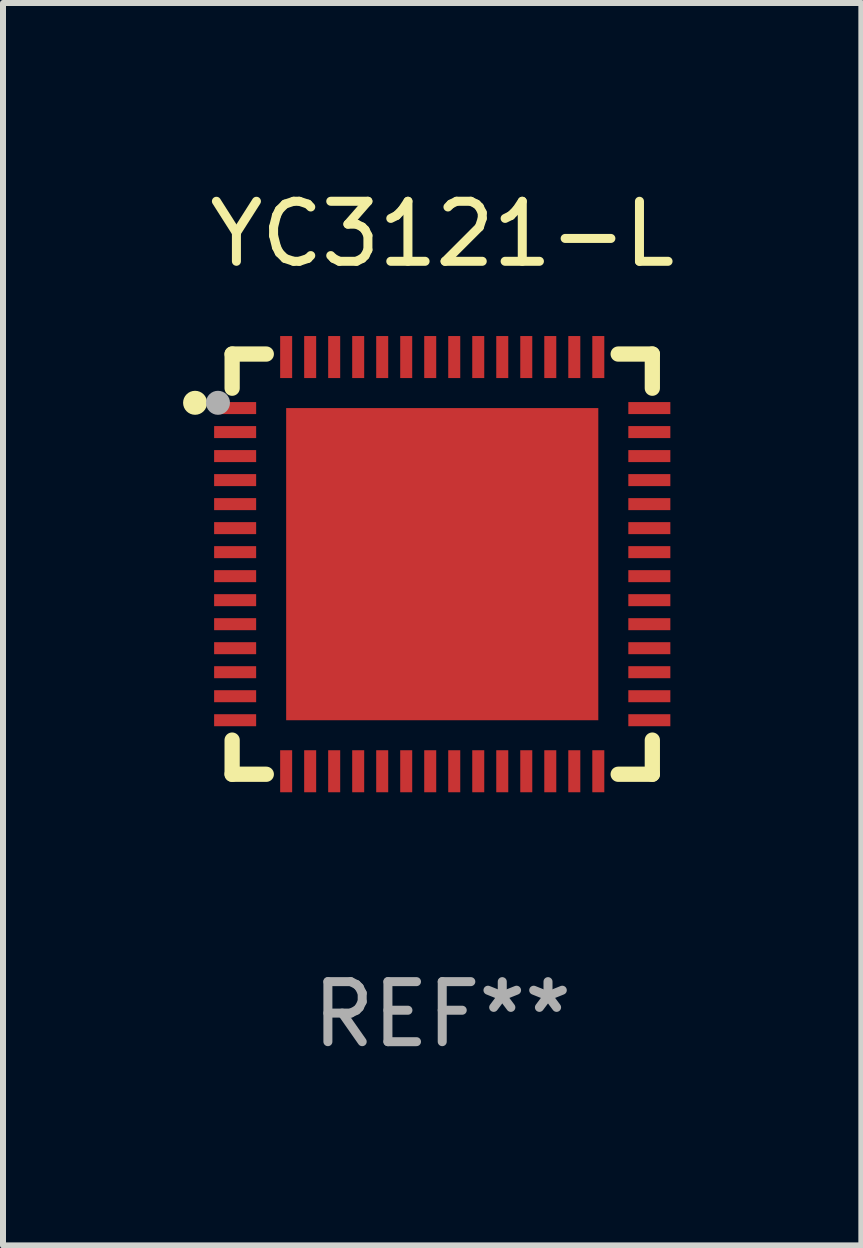
<source format=kicad_pcb>
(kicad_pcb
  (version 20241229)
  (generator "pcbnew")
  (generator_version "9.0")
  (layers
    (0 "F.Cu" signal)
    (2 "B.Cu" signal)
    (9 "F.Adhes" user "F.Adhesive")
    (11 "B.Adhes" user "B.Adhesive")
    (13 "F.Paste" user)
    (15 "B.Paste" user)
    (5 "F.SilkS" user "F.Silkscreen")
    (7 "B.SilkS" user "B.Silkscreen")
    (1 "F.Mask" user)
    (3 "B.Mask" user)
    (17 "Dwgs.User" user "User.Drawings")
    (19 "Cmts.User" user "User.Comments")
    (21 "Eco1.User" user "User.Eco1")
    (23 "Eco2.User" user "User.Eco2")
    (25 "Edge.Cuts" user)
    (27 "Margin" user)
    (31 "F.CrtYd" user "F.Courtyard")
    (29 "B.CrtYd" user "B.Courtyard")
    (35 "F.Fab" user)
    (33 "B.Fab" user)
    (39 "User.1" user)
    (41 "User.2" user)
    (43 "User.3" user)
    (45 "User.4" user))
  (footprint "YC3121-L"
    (layer "F.Cu")
    (at 4.317 6.348)
    (property "Reference" "YC3121-L" (at 0 -5.5 0) (layer "F.SilkS") (effects (font (size 1 1) (thickness 0.15))))
    (attr through_hole)
    (fp_line (start -3.5 -3.5) (end -2.931 -3.5) (stroke (width 0.254) (type solid)) (layer "F.SilkS"))
    (fp_line (start -3.5 -2.931) (end -3.5 -3.5) (stroke (width 0.254) (type solid)) (layer "F.SilkS"))
    (fp_line (start -3.5 3.5) (end -3.5 2.931) (stroke (width 0.254) (type solid)) (layer "F.SilkS"))
    (fp_line (start -2.931 3.5) (end -3.5 3.5) (stroke (width 0.254) (type solid)) (layer "F.SilkS"))
    (fp_line (start 2.931 -3.5) (end 3.5 -3.5) (stroke (width 0.254) (type solid)) (layer "F.SilkS"))
    (fp_line (start 3.5 -3.5) (end 3.5 -2.931) (stroke (width 0.254) (type solid)) (layer "F.SilkS"))
    (fp_line (start 3.5 2.931) (end 3.5 3.5) (stroke (width 0.254) (type solid)) (layer "F.SilkS"))
    (fp_line (start 3.5 3.5) (end 2.931 3.5) (stroke (width 0.254) (type solid)) (layer "F.SilkS"))
    (fp_circle (center -4.117 -2.688) (end -4.017 -2.688) (stroke (width 0.2) (type solid)) (fill no) (layer "F.SilkS"))
    (fp_circle (center -3.5 -3.5) (end -3.47 -3.5) (stroke (width 0.06) (type solid)) (fill no) (layer "F.SilkS"))
    (fp_circle (center -3.736 -2.688) (end -3.636 -2.688) (stroke (width 0.2) (type solid)) (fill no) (layer "F.Fab"))
    (fp_text user "REF**" (at 0 7.5 0) (layer "F.Fab") (effects (font (size 1 1) (thickness 0.15))))
    (pad "1" smd rect (at -3.45 -2.6 90) (size 0.2 0.7) (layers "F.Cu" "F.Mask" "F.Paste"))
    (pad "2" smd rect (at -3.45 -2.2 90) (size 0.2 0.7) (layers "F.Cu" "F.Mask" "F.Paste"))
    (pad "3" smd rect (at -3.45 -1.8 90) (size 0.2 0.7) (layers "F.Cu" "F.Mask" "F.Paste"))
    (pad "4" smd rect (at -3.45 -1.4 90) (size 0.2 0.7) (layers "F.Cu" "F.Mask" "F.Paste"))
    (pad "5" smd rect (at -3.45 -1 90) (size 0.2 0.7) (layers "F.Cu" "F.Mask" "F.Paste"))
    (pad "6" smd rect (at -3.45 -0.6 90) (size 0.2 0.7) (layers "F.Cu" "F.Mask" "F.Paste"))
    (pad "7" smd rect (at -3.45 -0.2 90) (size 0.2 0.7) (layers "F.Cu" "F.Mask" "F.Paste"))
    (pad "8" smd rect (at -3.45 0.2 90) (size 0.2 0.7) (layers "F.Cu" "F.Mask" "F.Paste"))
    (pad "9" smd rect (at -3.45 0.6 90) (size 0.2 0.7) (layers "F.Cu" "F.Mask" "F.Paste"))
    (pad "10" smd rect (at -3.45 1 90) (size 0.2 0.7) (layers "F.Cu" "F.Mask" "F.Paste"))
    (pad "11" smd rect (at -3.45 1.4 90) (size 0.2 0.7) (layers "F.Cu" "F.Mask" "F.Paste"))
    (pad "12" smd rect (at -3.45 1.8 90) (size 0.2 0.7) (layers "F.Cu" "F.Mask" "F.Paste"))
    (pad "13" smd rect (at -3.45 2.2 90) (size 0.2 0.7) (layers "F.Cu" "F.Mask" "F.Paste"))
    (pad "14" smd rect (at -3.45 2.6 90) (size 0.2 0.7) (layers "F.Cu" "F.Mask" "F.Paste"))
    (pad "15" smd rect (at -2.6 3.45) (size 0.2 0.7) (layers "F.Cu" "F.Mask" "F.Paste"))
    (pad "16" smd rect (at -2.2 3.45) (size 0.2 0.7) (layers "F.Cu" "F.Mask" "F.Paste"))
    (pad "17" smd rect (at -1.8 3.45) (size 0.2 0.7) (layers "F.Cu" "F.Mask" "F.Paste"))
    (pad "18" smd rect (at -1.4 3.45) (size 0.2 0.7) (layers "F.Cu" "F.Mask" "F.Paste"))
    (pad "19" smd rect (at -1 3.45) (size 0.2 0.7) (layers "F.Cu" "F.Mask" "F.Paste"))
    (pad "20" smd rect (at -0.6 3.45) (size 0.2 0.7) (layers "F.Cu" "F.Mask" "F.Paste"))
    (pad "21" smd rect (at -0.2 3.45) (size 0.2 0.7) (layers "F.Cu" "F.Mask" "F.Paste"))
    (pad "22" smd rect (at 0.2 3.45) (size 0.2 0.7) (layers "F.Cu" "F.Mask" "F.Paste"))
    (pad "23" smd rect (at 0.6 3.45) (size 0.2 0.7) (layers "F.Cu" "F.Mask" "F.Paste"))
    (pad "24" smd rect (at 1 3.45) (size 0.2 0.7) (layers "F.Cu" "F.Mask" "F.Paste"))
    (pad "25" smd rect (at 1.4 3.45) (size 0.2 0.7) (layers "F.Cu" "F.Mask" "F.Paste"))
    (pad "26" smd rect (at 1.8 3.45) (size 0.2 0.7) (layers "F.Cu" "F.Mask" "F.Paste"))
    (pad "27" smd rect (at 2.2 3.45) (size 0.2 0.7) (layers "F.Cu" "F.Mask" "F.Paste"))
    (pad "28" smd rect (at 2.6 3.45) (size 0.2 0.7) (layers "F.Cu" "F.Mask" "F.Paste"))
    (pad "29" smd rect (at 3.45 2.6 90) (size 0.2 0.7) (layers "F.Cu" "F.Mask" "F.Paste"))
    (pad "30" smd rect (at 3.45 2.2 90) (size 0.2 0.7) (layers "F.Cu" "F.Mask" "F.Paste"))
    (pad "31" smd rect (at 3.45 1.8 90) (size 0.2 0.7) (layers "F.Cu" "F.Mask" "F.Paste"))
    (pad "32" smd rect (at 3.45 1.4 90) (size 0.2 0.7) (layers "F.Cu" "F.Mask" "F.Paste"))
    (pad "33" smd rect (at 3.45 1 90) (size 0.2 0.7) (layers "F.Cu" "F.Mask" "F.Paste"))
    (pad "34" smd rect (at 3.45 0.6 90) (size 0.2 0.7) (layers "F.Cu" "F.Mask" "F.Paste"))
    (pad "35" smd rect (at 3.45 0.2 90) (size 0.2 0.7) (layers "F.Cu" "F.Mask" "F.Paste"))
    (pad "36" smd rect (at 3.45 -0.2 90) (size 0.2 0.7) (layers "F.Cu" "F.Mask" "F.Paste"))
    (pad "37" smd rect (at 3.45 -0.6 90) (size 0.2 0.7) (layers "F.Cu" "F.Mask" "F.Paste"))
    (pad "38" smd rect (at 3.45 -1 90) (size 0.2 0.7) (layers "F.Cu" "F.Mask" "F.Paste"))
    (pad "39" smd rect (at 3.45 -1.4 90) (size 0.2 0.7) (layers "F.Cu" "F.Mask" "F.Paste"))
    (pad "40" smd rect (at 3.45 -1.8 90) (size 0.2 0.7) (layers "F.Cu" "F.Mask" "F.Paste"))
    (pad "41" smd rect (at 3.45 -2.2 90) (size 0.2 0.7) (layers "F.Cu" "F.Mask" "F.Paste"))
    (pad "42" smd rect (at 3.45 -2.6 90) (size 0.2 0.7) (layers "F.Cu" "F.Mask" "F.Paste"))
    (pad "43" smd rect (at 2.6 -3.45) (size 0.2 0.7) (layers "F.Cu" "F.Mask" "F.Paste"))
    (pad "44" smd rect (at 2.2 -3.45) (size 0.2 0.7) (layers "F.Cu" "F.Mask" "F.Paste"))
    (pad "45" smd rect (at 1.8 -3.45) (size 0.2 0.7) (layers "F.Cu" "F.Mask" "F.Paste"))
    (pad "46" smd rect (at 1.4 -3.45) (size 0.2 0.7) (layers "F.Cu" "F.Mask" "F.Paste"))
    (pad "47" smd rect (at 1 -3.45) (size 0.2 0.7) (layers "F.Cu" "F.Mask" "F.Paste"))
    (pad "48" smd rect (at 0.6 -3.45) (size 0.2 0.7) (layers "F.Cu" "F.Mask" "F.Paste"))
    (pad "49" smd rect (at 0.2 -3.45) (size 0.2 0.7) (layers "F.Cu" "F.Mask" "F.Paste"))
    (pad "50" smd rect (at -0.2 -3.45) (size 0.2 0.7) (layers "F.Cu" "F.Mask" "F.Paste"))
    (pad "51" smd rect (at -0.6 -3.45) (size 0.2 0.7) (layers "F.Cu" "F.Mask" "F.Paste"))
    (pad "52" smd rect (at -1 -3.45) (size 0.2 0.7) (layers "F.Cu" "F.Mask" "F.Paste"))
    (pad "53" smd rect (at -1.4 -3.45) (size 0.2 0.7) (layers "F.Cu" "F.Mask" "F.Paste"))
    (pad "54" smd rect (at -1.8 -3.45) (size 0.2 0.7) (layers "F.Cu" "F.Mask" "F.Paste"))
    (pad "55" smd rect (at -2.2 -3.45) (size 0.2 0.7) (layers "F.Cu" "F.Mask" "F.Paste"))
    (pad "56" smd rect (at -2.6 -3.45) (size 0.2 0.7) (layers "F.Cu" "F.Mask" "F.Paste"))
    (pad "57" smd rect (at -0.000013 0.000064 270) (size 5.2 5.2) (layers "F.Cu" "F.Mask" "F.Paste")))
  (gr_rect
    (start -3 -3)
    (end 11.299 17.697)
    (stroke (width 0.1) (type default))
    (fill no)
    (layer "Edge.Cuts")))
</source>
